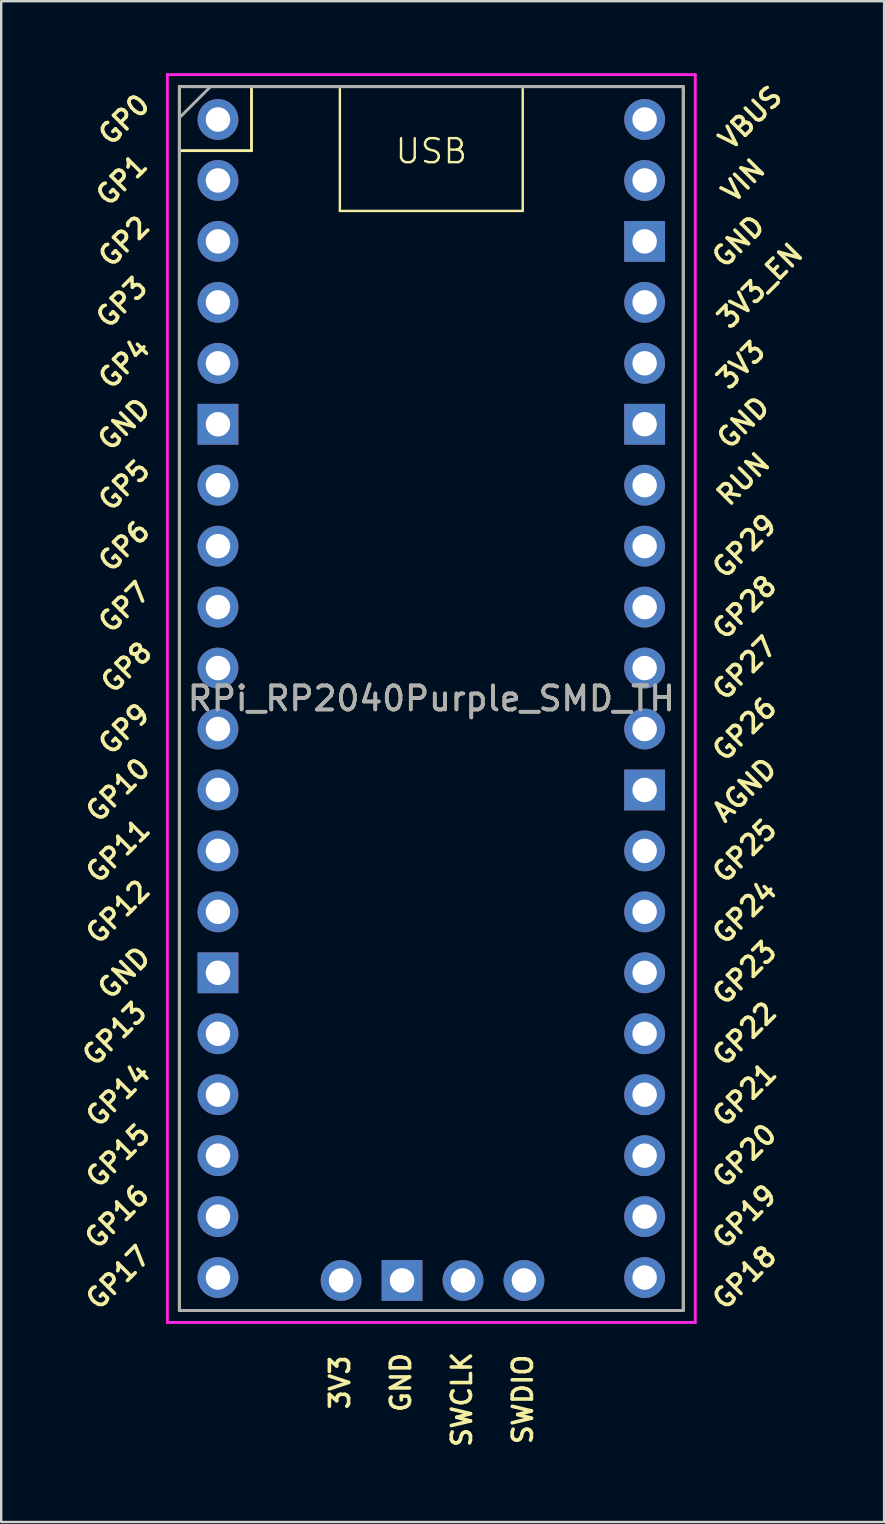
<source format=kicad_pcb>
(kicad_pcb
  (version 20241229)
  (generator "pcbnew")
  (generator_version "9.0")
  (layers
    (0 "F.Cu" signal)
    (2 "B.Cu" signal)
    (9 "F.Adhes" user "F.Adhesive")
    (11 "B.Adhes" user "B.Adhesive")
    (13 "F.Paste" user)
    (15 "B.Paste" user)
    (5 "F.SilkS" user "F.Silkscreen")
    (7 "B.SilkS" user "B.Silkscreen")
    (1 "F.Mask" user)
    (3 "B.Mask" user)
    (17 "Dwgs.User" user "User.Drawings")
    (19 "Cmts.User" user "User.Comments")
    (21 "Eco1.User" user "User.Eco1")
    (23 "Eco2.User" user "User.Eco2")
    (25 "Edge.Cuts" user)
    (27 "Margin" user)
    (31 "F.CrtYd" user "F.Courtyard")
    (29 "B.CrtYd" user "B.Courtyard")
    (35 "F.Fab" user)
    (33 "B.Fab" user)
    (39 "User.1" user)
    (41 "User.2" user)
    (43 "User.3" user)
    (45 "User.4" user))
  (footprint "RPi_RP2040Purple_SMD_TH"
    (layer "F.Cu")
    (at 14.924 26.06)
    (property "Reference" "RPi_RP2040Purple_SMD_TH" (at 0 0 0) (layer "F.SilkS") (effects (font (size 1 1) (thickness 0.15))))
    (attr through_hole)
    (fp_line (start -10.5 -25.5) (end -10.5 25.5) (stroke (width 0.12) (type solid)) (layer "F.SilkS"))
    (fp_line (start -10.5 -25.5) (end 10.5 -25.5) (stroke (width 0.12) (type solid)) (layer "F.SilkS"))
    (fp_line (start -10.5 -22.833) (end -7.493 -22.833) (stroke (width 0.12) (type solid)) (layer "F.SilkS"))
    (fp_line (start -7.493 -22.833) (end -7.493 -25.5) (stroke (width 0.12) (type solid)) (layer "F.SilkS"))
    (fp_line (start -3.81 -25.4) (end -3.81 -20.32) (stroke (width 0.1) (type default)) (layer "F.SilkS"))
    (fp_line (start -3.81 -20.32) (end 3.81 -20.32) (stroke (width 0.1) (type default)) (layer "F.SilkS"))
    (fp_line (start 3.81 -20.32) (end 3.81 -25.4) (stroke (width 0.1) (type default)) (layer "F.SilkS"))
    (fp_line (start 10.5 -25.5) (end 10.5 25.5) (stroke (width 0.12) (type solid)) (layer "F.SilkS"))
    (fp_line (start 10.5 25.5) (end -10.5 25.5) (stroke (width 0.12) (type solid)) (layer "F.SilkS"))
    (fp_line (start -11 -26) (end 11 -26) (stroke (width 0.12) (type solid)) (layer "F.CrtYd"))
    (fp_line (start -11 26) (end -11 -26) (stroke (width 0.12) (type solid)) (layer "F.CrtYd"))
    (fp_line (start 11 -26) (end 11 26) (stroke (width 0.12) (type solid)) (layer "F.CrtYd"))
    (fp_line (start 11 26) (end -11 26) (stroke (width 0.12) (type solid)) (layer "F.CrtYd"))
    (fp_line (start -10.5 -25.5) (end 10.5 -25.5) (stroke (width 0.12) (type solid)) (layer "F.Fab"))
    (fp_line (start -10.5 -24.2) (end -9.2 -25.5) (stroke (width 0.12) (type solid)) (layer "F.Fab"))
    (fp_line (start -10.5 25.5) (end -10.5 -25.5) (stroke (width 0.12) (type solid)) (layer "F.Fab"))
    (fp_line (start 10.5 -25.5) (end 10.5 25.5) (stroke (width 0.12) (type solid)) (layer "F.Fab"))
    (fp_line (start 10.5 25.5) (end -10.5 25.5) (stroke (width 0.12) (type solid)) (layer "F.Fab"))
    (fp_text user "GP22" (at 13.054 13.97 45) (layer "F.SilkS") (effects (font (size 0.8 0.8) (thickness 0.15))))
    (fp_text user "VBUS" (at 13.3 -24.2 45) (layer "F.SilkS") (effects (font (size 0.8 0.8) (thickness 0.15))))
    (fp_text user "GP20" (at 13.054 19.05 45) (layer "F.SilkS") (effects (font (size 0.8 0.8) (thickness 0.15))))
    (fp_text user "GP11" (at -13.054 6.35 45) (layer "F.SilkS") (effects (font (size 0.8 0.8) (thickness 0.15))))
    (fp_text user "VIN" (at 13 -21.59 45) (layer "F.SilkS") (effects (font (size 0.8 0.8) (thickness 0.15))))
    (fp_text user "GP26" (at 13.054 1.27 45) (layer "F.SilkS") (effects (font (size 0.8 0.8) (thickness 0.15))))
    (fp_text user "GP13" (at -13.2 13.97 45) (layer "F.SilkS") (effects (font (size 0.8 0.8) (thickness 0.15))))
    (fp_text user "GP1" (at -12.9 -21.6 45) (layer "F.SilkS") (effects (font (size 0.8 0.8) (thickness 0.15))))
    (fp_text user "GP5" (at -12.8 -8.89 45) (layer "F.SilkS") (effects (font (size 0.8 0.8) (thickness 0.15))))
    (fp_text user "GP17" (at -13.054 24.13 45) (layer "F.SilkS") (effects (font (size 0.8 0.8) (thickness 0.15))))
    (fp_text user "GP14" (at -13.054 16.51 45) (layer "F.SilkS") (effects (font (size 0.8 0.8) (thickness 0.15))))
    (fp_text user "GP19" (at 13.054 21.59 45) (layer "F.SilkS") (effects (font (size 0.8 0.8) (thickness 0.15))))
    (fp_text user "SWDIO" (at 3.81 29.21 90) (layer "F.SilkS") (effects (font (size 0.8 0.8) (thickness 0.15))))
    (fp_text user "GP27" (at 13.054 -1.27 45) (layer "F.SilkS") (effects (font (size 0.8 0.8) (thickness 0.15))))
    (fp_text user "GP7" (at -12.8 -3.81 45) (layer "F.SilkS") (effects (font (size 0.8 0.8) (thickness 0.15))))
    (fp_text user "GP9" (at -12.8 1.27 45) (layer "F.SilkS") (effects (font (size 0.8 0.8) (thickness 0.15))))
    (fp_text user "GP24" (at 13.054 8.9 45) (layer "F.SilkS") (effects (font (size 0.8 0.8) (thickness 0.15))))
    (fp_text user "GP3" (at -12.9 -16.51 45) (layer "F.SilkS") (effects (font (size 0.8 0.8) (thickness 0.15))))
    (fp_text user "GP23" (at 13.054 11.43 45) (layer "F.SilkS") (effects (font (size 0.8 0.8) (thickness 0.15))))
    (fp_text user "GP15" (at -13.054 19.05 45) (layer "F.SilkS") (effects (font (size 0.8 0.8) (thickness 0.15))))
    (fp_text user "GP0" (at -12.8 -24.13 45) (layer "F.SilkS") (effects (font (size 0.8 0.8) (thickness 0.15))))
    (fp_text user "3V3" (at -3.81 28.5 90) (layer "F.SilkS") (effects (font (size 0.8 0.8) (thickness 0.15))))
    (fp_text user "3V3_EN" (at 13.7 -17.2 45) (layer "F.SilkS") (effects (font (size 0.8 0.8) (thickness 0.15))))
    (fp_text user "GP6" (at -12.8 -6.35 45) (layer "F.SilkS") (effects (font (size 0.8 0.8) (thickness 0.15))))
    (fp_text user "GND" (at -1.27 28.5 90) (layer "F.SilkS") (effects (font (size 0.8 0.8) (thickness 0.15))))
    (fp_text user "GP18" (at 13.054 24.13 45) (layer "F.SilkS") (effects (font (size 0.8 0.8) (thickness 0.15))))
    (fp_text user "RUN" (at 13 -9.144 45) (layer "F.SilkS") (effects (font (size 0.8 0.8) (thickness 0.15))))
    (fp_text user "GP25" (at 13.054 6.35 45) (layer "F.SilkS") (effects (font (size 0.8 0.8) (thickness 0.15))))
    (fp_text user "GP16" (at -13.1 21.59 45) (layer "F.SilkS") (effects (font (size 0.8 0.8) (thickness 0.15))))
    (fp_text user "GP21" (at 13.054 16.51 45) (layer "F.SilkS") (effects (font (size 0.8 0.8) (thickness 0.15))))
    (fp_text user "GP29" (at 13.054 -6.35 45) (layer "F.SilkS") (effects (font (size 0.8 0.8) (thickness 0.15))))
    (fp_text user "GP10" (at -13.054 3.81 45) (layer "F.SilkS") (effects (font (size 0.8 0.8) (thickness 0.15))))
    (fp_text user "GP2" (at -12.8 -19.05 45) (layer "F.SilkS") (effects (font (size 0.8 0.8) (thickness 0.15))))
    (fp_text user "GP8" (at -12.7 -1.3 45) (layer "F.SilkS") (effects (font (size 0.8 0.8) (thickness 0.15))))
    (fp_text user "GP12" (at -13.054 8.89 45) (layer "F.SilkS") (effects (font (size 0.8 0.8) (thickness 0.15))))
    (fp_text user "GND" (at 13 -11.5 45) (layer "F.SilkS") (effects (font (size 0.8 0.8) (thickness 0.15))))
    (fp_text user "GP4" (at -12.8 -13.97 45) (layer "F.SilkS") (effects (font (size 0.8 0.8) (thickness 0.15))))
    (fp_text user "GP28" (at 13.054 -3.8 45) (layer "F.SilkS") (effects (font (size 0.8 0.8) (thickness 0.15))))
    (fp_text user "USB" (at 0 -22.225 0) (unlocked yes) (layer "F.SilkS") (effects (font (size 1 1) (thickness 0.1)) (justify bottom)))
    (fp_text user "SWCLK" (at 1.27 29.21 90) (layer "F.SilkS") (effects (font (size 0.8 0.8) (thickness 0.15))))
    (fp_text user "GND" (at -12.8 11.43 45) (layer "F.SilkS") (effects (font (size 0.8 0.8) (thickness 0.15))))
    (fp_text user "GND" (at 12.8 -19.05 45) (layer "F.SilkS") (effects (font (size 0.8 0.8) (thickness 0.15))))
    (fp_text user "3V3" (at 12.9 -13.9 45) (layer "F.SilkS") (effects (font (size 0.8 0.8) (thickness 0.15))))
    (fp_text user "GND" (at -12.8 -11.43 45) (layer "F.SilkS") (effects (font (size 0.8 0.8) (thickness 0.15))))
    (fp_text user "AGND" (at 13.054 3.81 45) (layer "F.SilkS") (effects (font (size 0.8 0.8) (thickness 0.15))))
    (fp_text user "${REFERENCE}" (at 0 0 180) (layer "F.Fab") (effects (font (size 1 1) (thickness 0.15))))
    (pad "1" thru_hole oval (at -8.89 -24.13) (size 1.7 1.7) (drill 1.02) (layers "*.Cu" "*.Mask"))
    (pad "2" thru_hole oval (at -8.89 -21.59) (size 1.7 1.7) (drill 1.02) (layers "*.Cu" "*.Mask"))
    (pad "3" thru_hole oval (at -8.89 -19.05) (size 1.7 1.7) (drill 1.02) (layers "*.Cu" "*.Mask"))
    (pad "4" thru_hole oval (at -8.89 -16.51) (size 1.7 1.7) (drill 1.02) (layers "*.Cu" "*.Mask"))
    (pad "5" thru_hole oval (at -8.89 -13.97) (size 1.7 1.7) (drill 1.02) (layers "*.Cu" "*.Mask"))
    (pad "6" thru_hole rect (at -8.89 -11.43) (size 1.7 1.7) (drill 1.02) (layers "*.Cu" "*.Mask"))
    (pad "7" thru_hole oval (at -8.89 -8.89) (size 1.7 1.7) (drill 1.02) (layers "*.Cu" "*.Mask"))
    (pad "8" thru_hole oval (at -8.89 -6.35) (size 1.7 1.7) (drill 1.02) (layers "*.Cu" "*.Mask"))
    (pad "9" thru_hole oval (at -8.89 -3.81) (size 1.7 1.7) (drill 1.02) (layers "*.Cu" "*.Mask"))
    (pad "10" thru_hole oval (at -8.89 -1.27) (size 1.7 1.7) (drill 1.02) (layers "*.Cu" "*.Mask"))
    (pad "11" thru_hole oval (at -8.89 1.27) (size 1.7 1.7) (drill 1.02) (layers "*.Cu" "*.Mask"))
    (pad "12" thru_hole oval (at -8.89 3.81) (size 1.7 1.7) (drill 1.02) (layers "*.Cu" "*.Mask"))
    (pad "13" thru_hole oval (at -8.89 6.35) (size 1.7 1.7) (drill 1.02) (layers "*.Cu" "*.Mask"))
    (pad "14" thru_hole oval (at -8.89 8.89) (size 1.7 1.7) (drill 1.02) (layers "*.Cu" "*.Mask"))
    (pad "15" thru_hole rect (at -8.89 11.43) (size 1.7 1.7) (drill 1.02) (layers "*.Cu" "*.Mask"))
    (pad "16" thru_hole oval (at -8.89 13.97) (size 1.7 1.7) (drill 1.02) (layers "*.Cu" "*.Mask"))
    (pad "17" thru_hole oval (at -8.89 16.51) (size 1.7 1.7) (drill 1.02) (layers "*.Cu" "*.Mask"))
    (pad "18" thru_hole oval (at -8.89 19.05) (size 1.7 1.7) (drill 1.02) (layers "*.Cu" "*.Mask"))
    (pad "19" thru_hole oval (at -8.89 21.59) (size 1.7 1.7) (drill 1.02) (layers "*.Cu" "*.Mask"))
    (pad "20" thru_hole oval (at -8.89 24.13) (size 1.7 1.7) (drill 1.02) (layers "*.Cu" "*.Mask"))
    (pad "21" thru_hole oval (at 8.89 24.13) (size 1.7 1.7) (drill 1.02) (layers "*.Cu" "*.Mask"))
    (pad "22" thru_hole oval (at 8.89 21.59) (size 1.7 1.7) (drill 1.02) (layers "*.Cu" "*.Mask"))
    (pad "23" thru_hole oval (at 8.89 19.05) (size 1.7 1.7) (drill 1.02) (layers "*.Cu" "*.Mask"))
    (pad "24" thru_hole oval (at 8.89 16.51) (size 1.7 1.7) (drill 1.02) (layers "*.Cu" "*.Mask"))
    (pad "25" thru_hole oval (at 8.89 13.97) (size 1.7 1.7) (drill 1.02) (layers "*.Cu" "*.Mask"))
    (pad "26" thru_hole oval (at 8.89 11.43) (size 1.7 1.7) (drill 1.02) (layers "*.Cu" "*.Mask"))
    (pad "27" thru_hole oval (at 8.89 8.89) (size 1.7 1.7) (drill 1.02) (layers "*.Cu" "*.Mask"))
    (pad "28" thru_hole oval (at 8.89 6.35) (size 1.7 1.7) (drill 1.02) (layers "*.Cu" "*.Mask"))
    (pad "29" thru_hole rect (at 8.89 3.81) (size 1.7 1.7) (drill 1.02) (layers "*.Cu" "*.Mask"))
    (pad "30" thru_hole oval (at 8.89 1.27) (size 1.7 1.7) (drill 1.02) (layers "*.Cu" "*.Mask"))
    (pad "31" thru_hole oval (at 8.89 -1.27) (size 1.7 1.7) (drill 1.02) (layers "*.Cu" "*.Mask"))
    (pad "32" thru_hole oval (at 8.89 -3.81) (size 1.7 1.7) (drill 1.02) (layers "*.Cu" "*.Mask"))
    (pad "33" thru_hole oval (at 8.89 -6.35) (size 1.7 1.7) (drill 1.02) (layers "*.Cu" "*.Mask"))
    (pad "34" thru_hole oval (at 8.89 -8.89) (size 1.7 1.7) (drill 1.02) (layers "*.Cu" "*.Mask"))
    (pad "35" thru_hole rect (at 8.89 -11.43) (size 1.7 1.7) (drill 1.02) (layers "*.Cu" "*.Mask"))
    (pad "36" thru_hole oval (at 8.89 -13.97) (size 1.7 1.7) (drill 1.02) (layers "*.Cu" "*.Mask"))
    (pad "37" thru_hole oval (at 8.89 -16.51) (size 1.7 1.7) (drill 1.02) (layers "*.Cu" "*.Mask"))
    (pad "38" thru_hole rect (at 8.89 -19.05) (size 1.7 1.7) (drill 1.02) (layers "*.Cu" "*.Mask"))
    (pad "39" thru_hole oval (at 8.89 -21.59) (size 1.7 1.7) (drill 1.02) (layers "*.Cu" "*.Mask"))
    (pad "40" thru_hole oval (at 8.89 -24.13) (size 1.7 1.7) (drill 1.02) (layers "*.Cu" "*.Mask"))
    (pad "41" thru_hole oval (at -3.76 24.25) (size 1.7 1.7) (drill 1.02) (layers "*.Cu" "*.Mask"))
    (pad "42" thru_hole rect (at -1.22 24.25) (size 1.7 1.7) (drill 1.02) (layers "*.Cu" "*.Mask"))
    (pad "43" thru_hole oval (at 1.32 24.25) (size 1.7 1.7) (drill 1.02) (layers "*.Cu" "*.Mask"))
    (pad "43" thru_hole oval (at 3.86 24.25) (size 1.7 1.7) (drill 1.02) (layers "*.Cu" "*.Mask")))
  (gr_rect
    (start -3 -3)
    (end 33.793 60.377)
    (stroke (width 0.1) (type default))
    (fill no)
    (layer "Edge.Cuts")))
</source>
